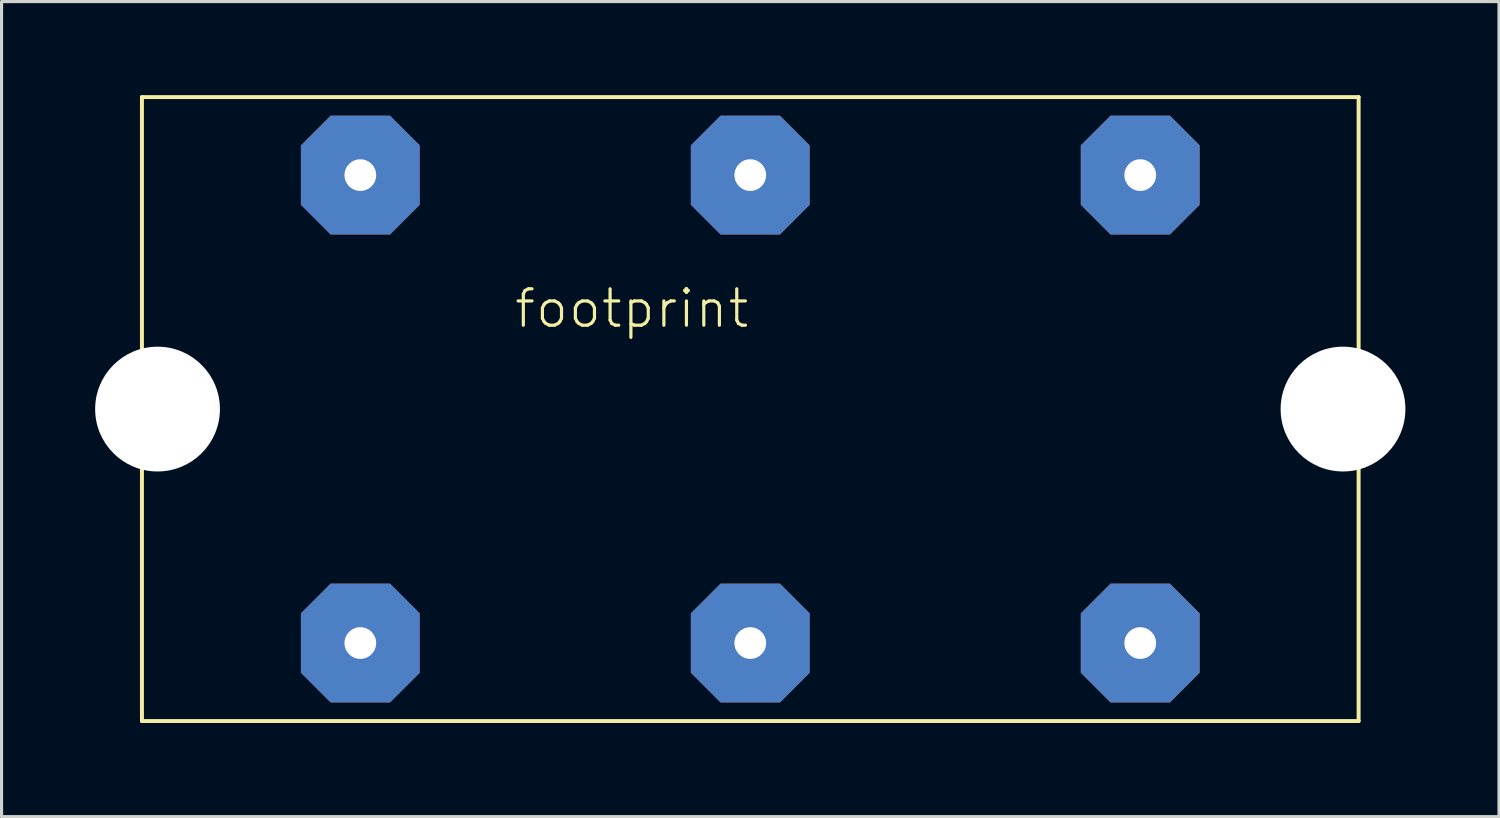
<source format=kicad_pcb>
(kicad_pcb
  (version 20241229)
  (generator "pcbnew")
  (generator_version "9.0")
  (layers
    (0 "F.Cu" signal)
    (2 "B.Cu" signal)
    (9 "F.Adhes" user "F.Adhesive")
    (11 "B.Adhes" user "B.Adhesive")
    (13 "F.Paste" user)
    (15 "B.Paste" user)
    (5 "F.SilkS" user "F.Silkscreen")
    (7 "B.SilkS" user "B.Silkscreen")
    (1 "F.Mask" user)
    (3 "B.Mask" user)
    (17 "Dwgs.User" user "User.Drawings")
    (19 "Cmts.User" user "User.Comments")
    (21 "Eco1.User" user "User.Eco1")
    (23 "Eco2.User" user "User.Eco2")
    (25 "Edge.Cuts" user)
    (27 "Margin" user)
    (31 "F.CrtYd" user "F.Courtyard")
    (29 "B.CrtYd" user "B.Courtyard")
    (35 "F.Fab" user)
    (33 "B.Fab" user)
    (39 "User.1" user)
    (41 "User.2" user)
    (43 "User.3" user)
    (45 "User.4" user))
  (footprint "footprint"
    (layer "F.Cu")
    (at 21 10.063)
    (property "Reference" "footprint" (at -7.62 -2.54 0) (layer "F.SilkS") (effects (font (size 1.168 1.168) (thickness 0.102)) (justify left bottom)))
    (fp_line (start -19.5 -10) (end 19.5 -10) (stroke (width 0.127) (type solid)) (layer "F.SilkS"))
    (fp_line (start -19.5 10) (end -19.5 -10) (stroke (width 0.127) (type solid)) (layer "F.SilkS"))
    (fp_line (start 19.5 -10) (end 19.5 10) (stroke (width 0.127) (type solid)) (layer "F.SilkS"))
    (fp_line (start 19.5 10) (end -19.5 10) (stroke (width 0.127) (type solid)) (layer "F.SilkS"))
    (pad "" np_thru_hole circle (at -19 0) (size 4 4) (drill 4) (layers "*.Cu" "*.Mask"))
    (pad "" np_thru_hole circle (at 19 0) (size 4 4) (drill 4) (layers "*.Cu" "*.Mask"))
    (pad "1" thru_hole roundrect (at 12.5 -7.5) (size 3.81 3.81) (drill 1.016) (layers "*.Cu" "*.Mask") (roundrect_rratio 0.25) (chamfer_ratio 0.25) (chamfer top_left top_right bottom_left bottom_right))
    (pad "2" thru_hole roundrect (at 12.5 7.5) (size 3.81 3.81) (drill 1.016) (layers "*.Cu" "*.Mask") (roundrect_rratio 0.25) (chamfer_ratio 0.25) (chamfer top_left top_right bottom_left bottom_right))
    (pad "3" thru_hole roundrect (at -12.5 -7.5) (size 3.81 3.81) (drill 1.016) (layers "*.Cu" "*.Mask") (roundrect_rratio 0.25) (chamfer_ratio 0.25) (chamfer top_left top_right bottom_left bottom_right))
    (pad "4" thru_hole roundrect (at -12.5 7.5) (size 3.81 3.81) (drill 1.016) (layers "*.Cu" "*.Mask") (roundrect_rratio 0.25) (chamfer_ratio 0.25) (chamfer top_left top_right bottom_left bottom_right))
    (pad "5" thru_hole roundrect (at 0 -7.5) (size 3.81 3.81) (drill 1.016) (layers "*.Cu" "*.Mask") (roundrect_rratio 0.25) (chamfer_ratio 0.25) (chamfer top_left top_right bottom_left bottom_right))
    (pad "6" thru_hole roundrect (at 0 7.5) (size 3.81 3.81) (drill 1.016) (layers "*.Cu" "*.Mask") (roundrect_rratio 0.25) (chamfer_ratio 0.25) (chamfer top_left top_right bottom_left bottom_right)))
  (gr_rect
    (start -3 -3)
    (end 45 23.127)
    (stroke (width 0.1) (type default))
    (fill no)
    (layer "Edge.Cuts")))
</source>
